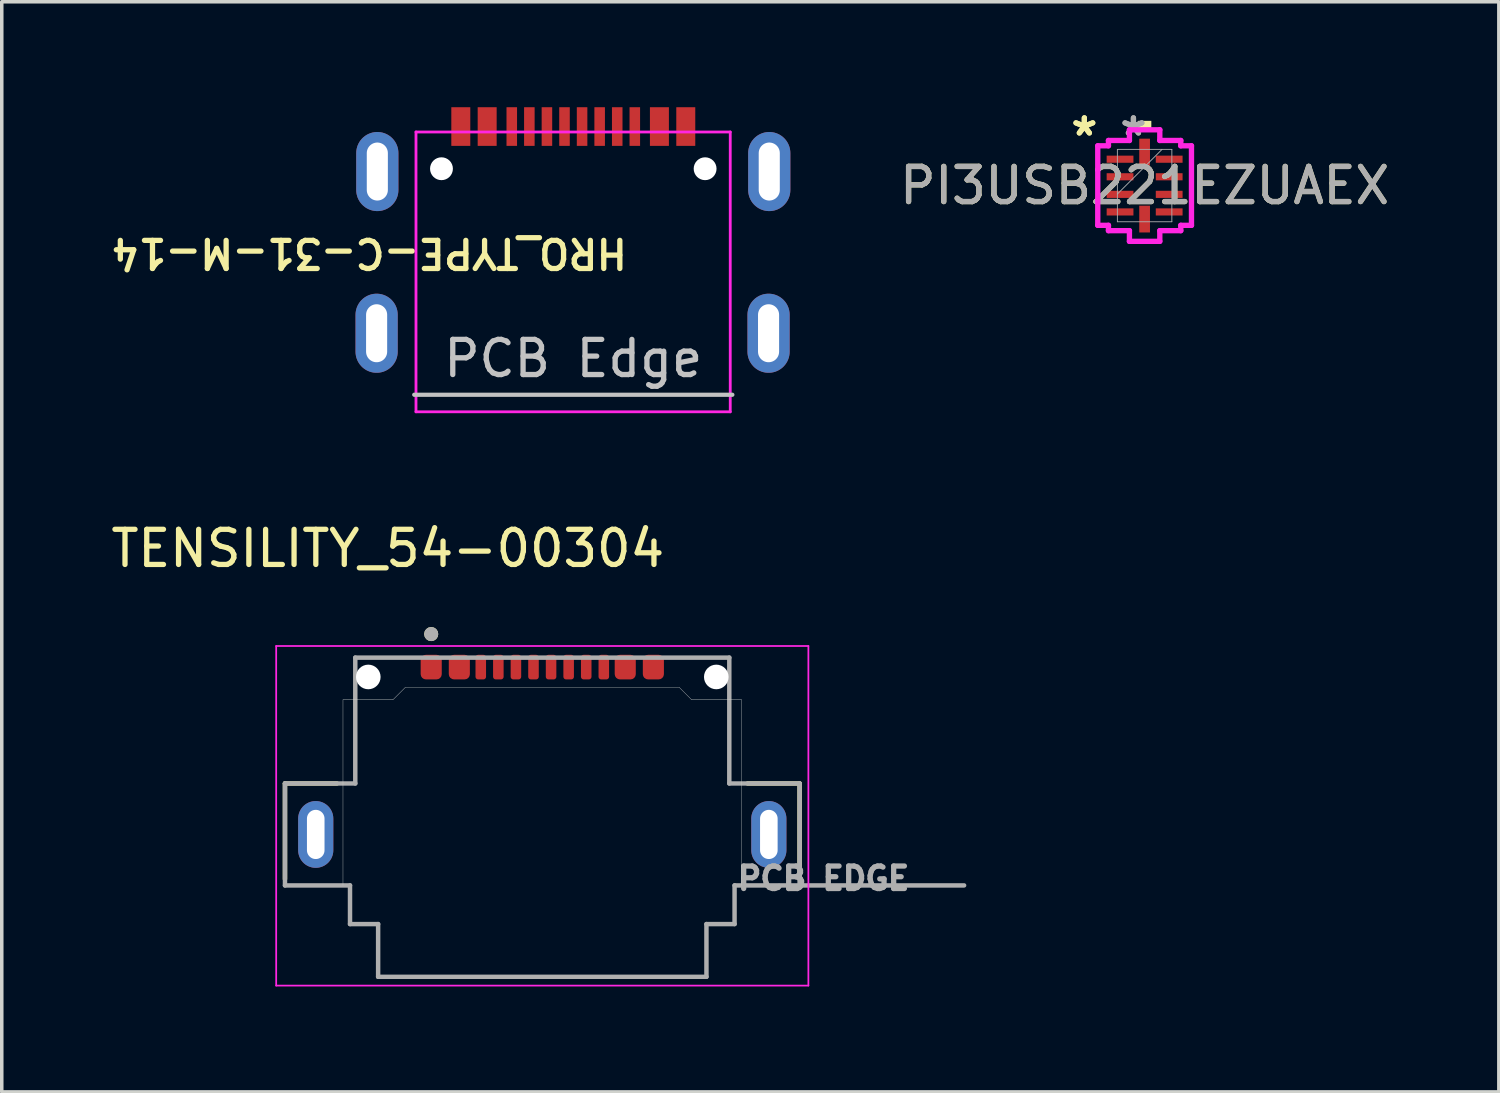
<source format=kicad_pcb>
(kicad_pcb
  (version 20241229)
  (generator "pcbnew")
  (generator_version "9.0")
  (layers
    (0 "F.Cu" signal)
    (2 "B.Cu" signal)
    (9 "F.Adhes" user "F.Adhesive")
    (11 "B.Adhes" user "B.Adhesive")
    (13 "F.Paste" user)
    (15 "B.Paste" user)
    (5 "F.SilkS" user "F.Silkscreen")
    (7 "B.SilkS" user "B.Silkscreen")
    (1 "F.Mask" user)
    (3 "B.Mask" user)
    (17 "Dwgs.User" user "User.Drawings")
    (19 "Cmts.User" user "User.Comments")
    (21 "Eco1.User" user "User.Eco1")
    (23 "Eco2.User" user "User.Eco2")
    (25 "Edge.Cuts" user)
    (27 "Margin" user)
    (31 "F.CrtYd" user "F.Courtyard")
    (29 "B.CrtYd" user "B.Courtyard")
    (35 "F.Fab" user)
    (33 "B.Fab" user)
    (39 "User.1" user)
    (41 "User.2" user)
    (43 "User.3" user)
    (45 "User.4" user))
  (footprint "PI3USB221EZUAEX"
    (layer "F.Cu")
    (at 29.512 2.229)
    (property "Reference" "PI3USB221EZUAEX" (at 0 0 0) (unlocked yes) (layer "F.SilkS") (effects (font (size 1 1) (thickness 0.15))))
    (attr smd)
    (fp_poly (pts (xy -0.191 -1.587) (xy -0.191 -1.841) (xy 0.191 -1.841) (xy 0.191 -1.587)) (stroke (width 0) (type solid)) (fill yes) (layer "F.SilkS"))
    (fp_line (start -1.333 -1.131) (end -1.029 -1.131) (stroke (width 0.152) (type solid)) (layer "F.CrtYd"))
    (fp_line (start -1.333 1.131) (end -1.333 -1.131) (stroke (width 0.152) (type solid)) (layer "F.CrtYd"))
    (fp_line (start -1.029 -1.283) (end -0.432 -1.283) (stroke (width 0.152) (type solid)) (layer "F.CrtYd"))
    (fp_line (start -1.029 -1.131) (end -1.029 -1.283) (stroke (width 0.152) (type solid)) (layer "F.CrtYd"))
    (fp_line (start -1.029 1.131) (end -1.333 1.131) (stroke (width 0.152) (type solid)) (layer "F.CrtYd"))
    (fp_line (start -1.029 1.283) (end -1.029 1.131) (stroke (width 0.152) (type solid)) (layer "F.CrtYd"))
    (fp_line (start -1.029 1.283) (end -0.432 1.283) (stroke (width 0.152) (type solid)) (layer "F.CrtYd"))
    (fp_line (start -0.432 -1.587) (end 0.432 -1.587) (stroke (width 0.152) (type solid)) (layer "F.CrtYd"))
    (fp_line (start -0.432 -1.283) (end -0.432 -1.587) (stroke (width 0.152) (type solid)) (layer "F.CrtYd"))
    (fp_line (start -0.432 1.283) (end -0.432 1.587) (stroke (width 0.152) (type solid)) (layer "F.CrtYd"))
    (fp_line (start -0.432 1.587) (end 0.432 1.587) (stroke (width 0.152) (type solid)) (layer "F.CrtYd"))
    (fp_line (start 0.432 -1.587) (end 0.432 -1.283) (stroke (width 0.152) (type solid)) (layer "F.CrtYd"))
    (fp_line (start 0.432 -1.283) (end 1.029 -1.283) (stroke (width 0.152) (type solid)) (layer "F.CrtYd"))
    (fp_line (start 0.432 1.283) (end 1.029 1.283) (stroke (width 0.152) (type solid)) (layer "F.CrtYd"))
    (fp_line (start 0.432 1.587) (end 0.432 1.283) (stroke (width 0.152) (type solid)) (layer "F.CrtYd"))
    (fp_line (start 1.029 -1.131) (end 1.029 -1.283) (stroke (width 0.152) (type solid)) (layer "F.CrtYd"))
    (fp_line (start 1.029 1.131) (end 1.333 1.131) (stroke (width 0.152) (type solid)) (layer "F.CrtYd"))
    (fp_line (start 1.029 1.283) (end 1.029 1.131) (stroke (width 0.152) (type solid)) (layer "F.CrtYd"))
    (fp_line (start 1.333 -1.131) (end 1.029 -1.131) (stroke (width 0.152) (type solid)) (layer "F.CrtYd"))
    (fp_line (start 1.333 1.131) (end 1.333 -1.131) (stroke (width 0.152) (type solid)) (layer "F.CrtYd"))
    (fp_line (start -0.775 -1.029) (end -0.775 1.029) (stroke (width 0.025) (type solid)) (layer "F.Fab"))
    (fp_line (start -0.775 0.241) (end 0.495 -1.029) (stroke (width 0.025) (type solid)) (layer "F.Fab"))
    (fp_line (start -0.775 1.029) (end 0.775 1.029) (stroke (width 0.025) (type solid)) (layer "F.Fab"))
    (fp_line (start 0.775 -1.029) (end -0.775 -1.029) (stroke (width 0.025) (type solid)) (layer "F.Fab"))
    (fp_line (start 0.775 1.029) (end 0.775 -1.029) (stroke (width 0.025) (type solid)) (layer "F.Fab"))
    (fp_text user "*" (at -1.714 -1.381 0) (layer "F.SilkS") (effects (font (size 1 1) (thickness 0.15))))
    (fp_text user "*" (at -1.714 -1.381 0) (unlocked yes) (layer "F.SilkS") (effects (font (size 1 1) (thickness 0.15))))
    (fp_text user "*" (at -0.318 -1.381 0) (layer "F.Fab") (effects (font (size 1 1) (thickness 0.15))))
    (fp_text user "*" (at -0.318 -1.381 0) (unlocked yes) (layer "F.Fab") (effects (font (size 1 1) (thickness 0.15))))
    (fp_text user "${REFERENCE}" (at 0 0 0) (unlocked yes) (layer "F.Fab") (effects (font (size 1 1) (thickness 0.15))))
    (pad "1" smd rect (at -0.699 -0.75 90) (size 0.203 0.762) (layers "F.Cu" "F.Mask" "F.Paste"))
    (pad "2" smd rect (at -0.699 -0.25 90) (size 0.203 0.762) (layers "F.Cu" "F.Mask" "F.Paste"))
    (pad "3" smd rect (at -0.699 0.25 90) (size 0.203 0.762) (layers "F.Cu" "F.Mask" "F.Paste"))
    (pad "4" smd rect (at -0.699 0.75 90) (size 0.203 0.762) (layers "F.Cu" "F.Mask" "F.Paste"))
    (pad "5" smd rect (at 0 0.953) (size 0.305 0.762) (layers "F.Cu" "F.Mask" "F.Paste"))
    (pad "6" smd rect (at 0.699 0.75 90) (size 0.203 0.762) (layers "F.Cu" "F.Mask" "F.Paste"))
    (pad "7" smd rect (at 0.699 0.25 90) (size 0.203 0.762) (layers "F.Cu" "F.Mask" "F.Paste"))
    (pad "8" smd rect (at 0.699 -0.25 90) (size 0.203 0.762) (layers "F.Cu" "F.Mask" "F.Paste"))
    (pad "9" smd rect (at 0.699 -0.75 90) (size 0.203 0.762) (layers "F.Cu" "F.Mask" "F.Paste"))
    (pad "10" smd rect (at 0 -0.953) (size 0.305 0.762) (layers "F.Cu" "F.Mask" "F.Paste")))
  (footprint "TENSILITY_54-00304"
    (layer "F.Cu")
    (at 12.377 20.688)
    (property "Reference" "TENSILITY_54-00304" (at -4.395 -8.135 0) (layer "F.SilkS") (effects (font (size 1 1) (thickness 0.15))))
    (attr smd)
    (fp_line (start -7.32 -1.45) (end -7.32 1.27) (stroke (width 0.127) (type solid)) (layer "F.SilkS"))
    (fp_line (start -5.842 -1.45) (end -7.32 -1.45) (stroke (width 0.127) (type solid)) (layer "F.SilkS"))
    (fp_line (start 7.32 -1.45) (end 5.842 -1.45) (stroke (width 0.127) (type solid)) (layer "F.SilkS"))
    (fp_line (start 7.32 1.27) (end 7.32 -1.45) (stroke (width 0.127) (type solid)) (layer "F.SilkS"))
    (fp_circle (center -3.16 -5.7) (end -3.06 -5.7) (stroke (width 0.2) (type solid)) (fill no) (layer "F.SilkS"))
    (fp_line (start -5.67 -3.83) (end -4.25 -3.83) (stroke (width 0.01) (type solid)) (layer "Edge.Cuts"))
    (fp_line (start -5.67 1.45) (end -5.67 -3.83) (stroke (width 0.01) (type solid)) (layer "Edge.Cuts"))
    (fp_line (start -4.25 -3.83) (end -3.9 -4.18) (stroke (width 0.01) (type solid)) (layer "Edge.Cuts"))
    (fp_line (start -3.9 -4.18) (end 3.9 -4.18) (stroke (width 0.01) (type solid)) (layer "Edge.Cuts"))
    (fp_line (start 3.9 -4.18) (end 4.25 -3.83) (stroke (width 0.01) (type solid)) (layer "Edge.Cuts"))
    (fp_line (start 4.25 -3.83) (end 5.67 -3.83) (stroke (width 0.01) (type solid)) (layer "Edge.Cuts"))
    (fp_line (start 5.67 -3.83) (end 5.67 1.45) (stroke (width 0.01) (type solid)) (layer "Edge.Cuts"))
    (fp_line (start -7.57 -5.36) (end -7.57 4.3) (stroke (width 0.05) (type solid)) (layer "F.CrtYd"))
    (fp_line (start -7.57 4.3) (end 7.57 4.3) (stroke (width 0.05) (type solid)) (layer "F.CrtYd"))
    (fp_line (start 7.57 -5.36) (end -7.57 -5.36) (stroke (width 0.05) (type solid)) (layer "F.CrtYd"))
    (fp_line (start 7.57 4.3) (end 7.57 -5.36) (stroke (width 0.05) (type solid)) (layer "F.CrtYd"))
    (fp_line (start -7.32 -1.45) (end -5.32 -1.45) (stroke (width 0.127) (type solid)) (layer "F.Fab"))
    (fp_line (start -7.32 1.45) (end -7.32 -1.45) (stroke (width 0.127) (type solid)) (layer "F.Fab"))
    (fp_line (start -5.47 1.45) (end -7.32 1.45) (stroke (width 0.127) (type solid)) (layer "F.Fab"))
    (fp_line (start -5.47 2.55) (end -5.47 1.45) (stroke (width 0.127) (type solid)) (layer "F.Fab"))
    (fp_line (start -5.32 -5.03) (end 5.32 -5.03) (stroke (width 0.127) (type solid)) (layer "F.Fab"))
    (fp_line (start -5.32 -1.45) (end -5.32 -5.03) (stroke (width 0.127) (type solid)) (layer "F.Fab"))
    (fp_line (start -4.67 2.55) (end -5.47 2.55) (stroke (width 0.127) (type solid)) (layer "F.Fab"))
    (fp_line (start -4.67 4.05) (end -4.67 2.55) (stroke (width 0.127) (type solid)) (layer "F.Fab"))
    (fp_line (start 4.67 2.55) (end 4.67 4.05) (stroke (width 0.127) (type solid)) (layer "F.Fab"))
    (fp_line (start 4.67 4.05) (end -4.67 4.05) (stroke (width 0.127) (type solid)) (layer "F.Fab"))
    (fp_line (start 5.32 -5.03) (end 5.32 -1.45) (stroke (width 0.127) (type solid)) (layer "F.Fab"))
    (fp_line (start 5.32 -1.45) (end 7.32 -1.45) (stroke (width 0.127) (type solid)) (layer "F.Fab"))
    (fp_line (start 5.47 1.45) (end 5.47 2.55) (stroke (width 0.127) (type solid)) (layer "F.Fab"))
    (fp_line (start 5.47 2.55) (end 4.67 2.55) (stroke (width 0.127) (type solid)) (layer "F.Fab"))
    (fp_line (start 7.32 -1.45) (end 7.32 1.45) (stroke (width 0.127) (type solid)) (layer "F.Fab"))
    (fp_line (start 7.32 1.45) (end 5.47 1.45) (stroke (width 0.127) (type solid)) (layer "F.Fab"))
    (fp_line (start 7.32 1.45) (end 12 1.45) (stroke (width 0.127) (type solid)) (layer "F.Fab"))
    (fp_circle (center -3.16 -5.7) (end -3.06 -5.7) (stroke (width 0.2) (type solid)) (fill no) (layer "F.Fab"))
    (fp_text user "PCB EDGE" (at 8 1.25 0) (layer "F.Fab") (effects (font (size 0.64 0.64) (thickness 0.15))))
    (pad "" np_thru_hole circle (at -4.95 -4.48) (size 0.7 0.7) (drill 0.7) (layers "*.Cu" "*.Mask"))
    (pad "" np_thru_hole circle (at 4.95 -4.48) (size 0.7 0.7) (drill 0.7) (layers "*.Cu" "*.Mask"))
    (pad "C1" smd roundrect (at -3.16 -4.76) (size 0.6 0.7) (layers "F.Cu" "F.Mask" "F.Paste") (roundrect_rratio 0.25))
    (pad "C2" smd roundrect (at -2.36 -4.76) (size 0.6 0.7) (layers "F.Cu" "F.Mask" "F.Paste") (roundrect_rratio 0.25))
    (pad "C3" smd roundrect (at -1.75 -4.76) (size 0.3 0.7) (layers "F.Cu" "F.Mask" "F.Paste") (roundrect_rratio 0.25))
    (pad "C4" smd roundrect (at -1.25 -4.76) (size 0.3 0.7) (layers "F.Cu" "F.Mask" "F.Paste") (roundrect_rratio 0.25))
    (pad "C5" smd roundrect (at -0.75 -4.76) (size 0.3 0.7) (layers "F.Cu" "F.Mask" "F.Paste") (roundrect_rratio 0.25))
    (pad "C6" smd roundrect (at -0.25 -4.76) (size 0.3 0.7) (layers "F.Cu" "F.Mask" "F.Paste") (roundrect_rratio 0.25))
    (pad "C7" smd roundrect (at 0.25 -4.76) (size 0.3 0.7) (layers "F.Cu" "F.Mask" "F.Paste") (roundrect_rratio 0.25))
    (pad "C8" smd roundrect (at 0.75 -4.76) (size 0.3 0.7) (layers "F.Cu" "F.Mask" "F.Paste") (roundrect_rratio 0.25))
    (pad "C9" smd roundrect (at 1.25 -4.76) (size 0.3 0.7) (layers "F.Cu" "F.Mask" "F.Paste") (roundrect_rratio 0.25))
    (pad "C10" smd roundrect (at 1.75 -4.76) (size 0.3 0.7) (layers "F.Cu" "F.Mask" "F.Paste") (roundrect_rratio 0.25))
    (pad "C11" smd roundrect (at 2.36 -4.76) (size 0.6 0.7) (layers "F.Cu" "F.Mask" "F.Paste") (roundrect_rratio 0.25))
    (pad "C12" smd roundrect (at 3.16 -4.76) (size 0.6 0.7) (layers "F.Cu" "F.Mask" "F.Paste") (roundrect_rratio 0.25))
    (pad "S1" thru_hole oval (at -6.445 0) (size 1 1.9) (drill oval 0.5 1.4) (layers "*.Cu" "*.Mask"))
    (pad "S2" thru_hole oval (at 6.445 0) (size 1 1.9) (drill oval 0.5 1.4) (layers "*.Cu" "*.Mask")))
  (footprint "HRO_TYPE-C-31-M-14"
    (layer "F.Cu")
    (at 13.259 1.75)
    (property "Reference" "HRO_TYPE-C-31-M-14" (at -5.8 2.4 180) (unlocked yes) (layer "F.SilkS") (effects (font (size 0.8 0.8) (thickness 0.15))))
    (attr smd)
    (fp_line (start -4.525 6.43) (end 4.525 6.43) (stroke (width 0.12) (type solid)) (layer "Dwgs.User"))
    (fp_line (start -4.475 -1.045) (end 4.465 -1.045) (stroke (width 0.08) (type solid)) (layer "F.CrtYd"))
    (fp_line (start -4.475 6.915) (end -4.475 -1.045) (stroke (width 0.08) (type solid)) (layer "F.CrtYd"))
    (fp_line (start 4.465 -1.045) (end 4.465 6.915) (stroke (width 0.08) (type solid)) (layer "F.CrtYd"))
    (fp_line (start 4.465 6.915) (end -4.475 6.915) (stroke (width 0.08) (type solid)) (layer "F.CrtYd"))
    (fp_text user "PCB Edge" (at 0 5.4 180) (layer "Dwgs.User") (effects (font (size 1 1) (thickness 0.15))))
    (pad "" np_thru_hole circle (at -3.75 0) (size 0.65 0.65) (drill 0.65) (layers "*.Cu" "*.Mask"))
    (pad "" np_thru_hole circle (at 3.75 0) (size 0.65 0.65) (drill 0.65) (layers "*.Cu" "*.Mask"))
    (pad "A1_B12" smd rect (at -3.2 -1.2 180) (size 0.54 1.1) (layers "F.Cu" "F.Mask" "F.Paste"))
    (pad "A4_B9" smd rect (at -2.45 -1.2 180) (size 0.54 1.1) (layers "F.Cu" "F.Mask" "F.Paste"))
    (pad "A5" smd rect (at -1.25 -1.2 180) (size 0.3 1.1) (layers "F.Cu" "F.Mask" "F.Paste"))
    (pad "A6" smd rect (at -0.25 -1.2 180) (size 0.3 1.1) (layers "F.Cu" "F.Mask" "F.Paste"))
    (pad "A7" smd rect (at 0.25 -1.2 180) (size 0.3 1.1) (layers "F.Cu" "F.Mask" "F.Paste"))
    (pad "A8" smd rect (at 1.25 -1.2 180) (size 0.3 1.1) (layers "F.Cu" "F.Mask" "F.Paste"))
    (pad "B1_A12" smd rect (at 3.2 -1.2 180) (size 0.54 1.1) (layers "F.Cu" "F.Mask" "F.Paste"))
    (pad "B4_A9" smd rect (at 2.45 -1.2 180) (size 0.54 1.1) (layers "F.Cu" "F.Mask" "F.Paste"))
    (pad "B5" smd rect (at 1.75 -1.2 180) (size 0.3 1.1) (layers "F.Cu" "F.Mask" "F.Paste"))
    (pad "B6" smd rect (at 0.75 -1.2 180) (size 0.3 1.1) (layers "F.Cu" "F.Mask" "F.Paste"))
    (pad "B7" smd rect (at -0.75 -1.2 180) (size 0.3 1.1) (layers "F.Cu" "F.Mask" "F.Paste"))
    (pad "B8" smd rect (at -1.75 -1.2 180) (size 0.3 1.1) (layers "F.Cu" "F.Mask" "F.Paste"))
    (pad "S1" thru_hole oval (at -5.595 4.68 180) (size 1.2 2.25) (drill oval 0.6 1.65) (layers "*.Cu" "*.Mask"))
    (pad "S1" thru_hole oval (at -5.575 0.08 180) (size 1.2 2.25) (drill oval 0.6 1.65) (layers "*.Cu" "*.Mask"))
    (pad "S1" thru_hole oval (at 5.555 4.68 180) (size 1.2 2.25) (drill oval 0.6 1.65) (layers "*.Cu" "*.Mask"))
    (pad "S1" thru_hole oval (at 5.575 0.08 180) (size 1.2 2.25) (drill oval 0.6 1.65) (layers "*.Cu" "*.Mask")))
  (gr_rect
    (start -3 -3)
    (end 39.589 28.013)
    (stroke (width 0.1) (type default))
    (fill no)
    (layer "Edge.Cuts")))
</source>
